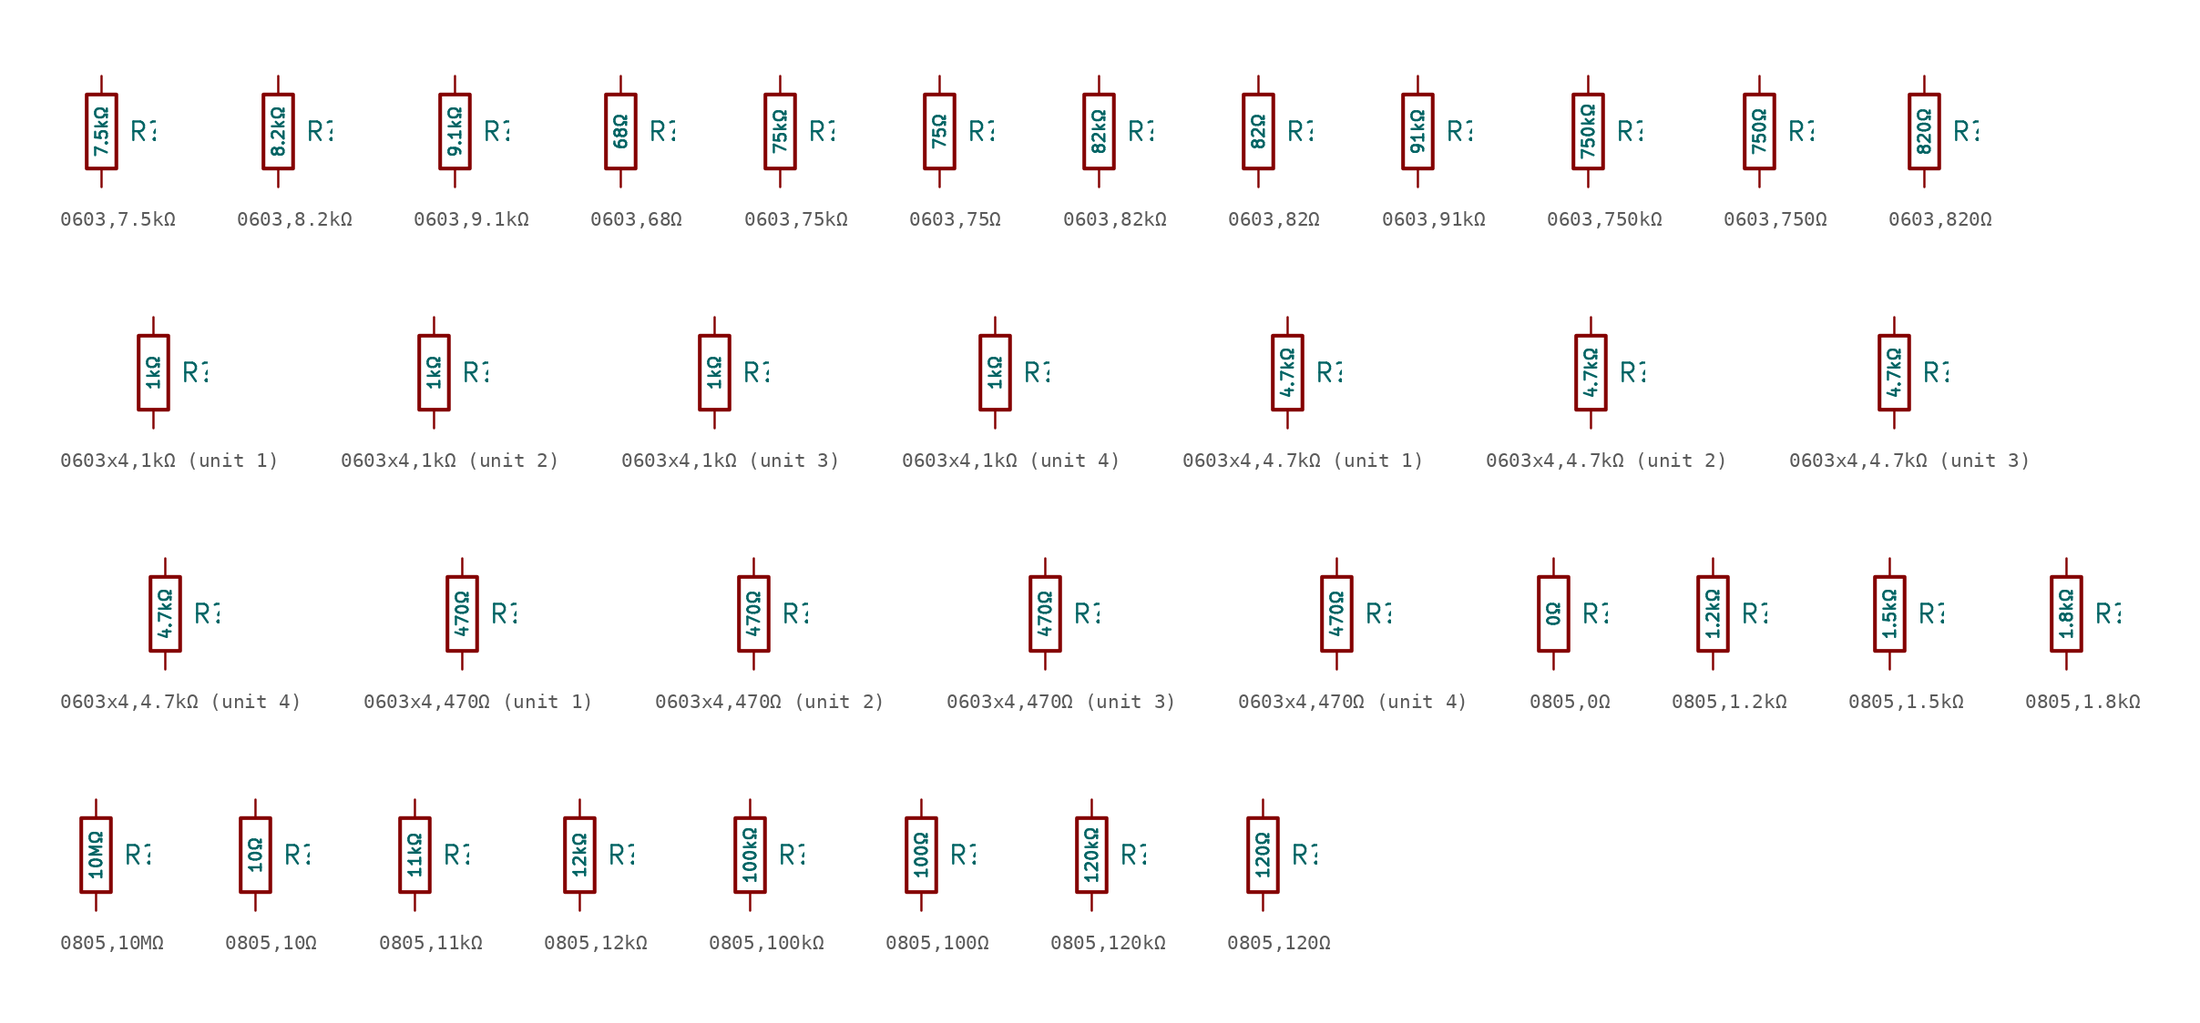
<source format=kicad_sym>
(kicad_symbol_lib
  (version 20231120)
  (generator "CDFER")
  (generator_version "8.0")
  (symbol "0603,7.5kΩ"
    (pin_numbers hide)
    (pin_names
      (offset 0))
    (property "Reference" "R"
      (at 1.778 0 0)
      (effects (font (size 1.27 1.27)) (justify left)))
    (property "Value" "7.5kΩ"
      (at 0 0 90)
      (do_not_autoplace)
      (effects (font (size 0.8 0.8))))
    (symbol "0603,7.5kΩ_0_1"
      (rectangle (start -1.016 2.54) (end 1.016 -2.54) (stroke (width 0.254) (type default)) (fill (type none))))
    (symbol "0603,7.5kΩ_1_1"
      (pin passive line (at 0 3.81 270) (length 1.27) (name "~" (effects (font (size 1.27 1.27)))) (number "1" (effects (font (size 1.27 1.27)))))
      (pin passive line (at 0 -3.81 90) (length 1.27) (name "~" (effects (font (size 1.27 1.27)))) (number "2" (effects (font (size 1.27 1.27)))))))
  (symbol "0603,8.2kΩ"
    (pin_numbers hide)
    (pin_names
      (offset 0))
    (property "Reference" "R"
      (at 1.778 0 0)
      (effects (font (size 1.27 1.27)) (justify left)))
    (property "Value" "8.2kΩ"
      (at 0 0 90)
      (do_not_autoplace)
      (effects (font (size 0.8 0.8))))
    (symbol "0603,8.2kΩ_0_1"
      (rectangle (start -1.016 2.54) (end 1.016 -2.54) (stroke (width 0.254) (type default)) (fill (type none))))
    (symbol "0603,8.2kΩ_1_1"
      (pin passive line (at 0 3.81 270) (length 1.27) (name "~" (effects (font (size 1.27 1.27)))) (number "1" (effects (font (size 1.27 1.27)))))
      (pin passive line (at 0 -3.81 90) (length 1.27) (name "~" (effects (font (size 1.27 1.27)))) (number "2" (effects (font (size 1.27 1.27)))))))
  (symbol "0603,9.1kΩ"
    (pin_numbers hide)
    (pin_names
      (offset 0))
    (property "Reference" "R"
      (at 1.778 0 0)
      (effects (font (size 1.27 1.27)) (justify left)))
    (property "Value" "9.1kΩ"
      (at 0 0 90)
      (do_not_autoplace)
      (effects (font (size 0.8 0.8))))
    (symbol "0603,9.1kΩ_0_1"
      (rectangle (start -1.016 2.54) (end 1.016 -2.54) (stroke (width 0.254) (type default)) (fill (type none))))
    (symbol "0603,9.1kΩ_1_1"
      (pin passive line (at 0 3.81 270) (length 1.27) (name "~" (effects (font (size 1.27 1.27)))) (number "1" (effects (font (size 1.27 1.27)))))
      (pin passive line (at 0 -3.81 90) (length 1.27) (name "~" (effects (font (size 1.27 1.27)))) (number "2" (effects (font (size 1.27 1.27)))))))
  (symbol "0603,68Ω"
    (pin_numbers hide)
    (pin_names
      (offset 0))
    (property "Reference" "R"
      (at 1.778 0 0)
      (effects (font (size 1.27 1.27)) (justify left)))
    (property "Value" "68Ω"
      (at 0 0 90)
      (do_not_autoplace)
      (effects (font (size 0.8 0.8))))
    (symbol "0603,68Ω_0_1"
      (rectangle (start -1.016 2.54) (end 1.016 -2.54) (stroke (width 0.254) (type default)) (fill (type none))))
    (symbol "0603,68Ω_1_1"
      (pin passive line (at 0 3.81 270) (length 1.27) (name "~" (effects (font (size 1.27 1.27)))) (number "1" (effects (font (size 1.27 1.27)))))
      (pin passive line (at 0 -3.81 90) (length 1.27) (name "~" (effects (font (size 1.27 1.27)))) (number "2" (effects (font (size 1.27 1.27)))))))
  (symbol "0603,75kΩ"
    (pin_numbers hide)
    (pin_names
      (offset 0))
    (property "Reference" "R"
      (at 1.778 0 0)
      (effects (font (size 1.27 1.27)) (justify left)))
    (property "Value" "75kΩ"
      (at 0 0 90)
      (do_not_autoplace)
      (effects (font (size 0.8 0.8))))
    (symbol "0603,75kΩ_0_1"
      (rectangle (start -1.016 2.54) (end 1.016 -2.54) (stroke (width 0.254) (type default)) (fill (type none))))
    (symbol "0603,75kΩ_1_1"
      (pin passive line (at 0 3.81 270) (length 1.27) (name "~" (effects (font (size 1.27 1.27)))) (number "1" (effects (font (size 1.27 1.27)))))
      (pin passive line (at 0 -3.81 90) (length 1.27) (name "~" (effects (font (size 1.27 1.27)))) (number "2" (effects (font (size 1.27 1.27)))))))
  (symbol "0603,75Ω"
    (pin_numbers hide)
    (pin_names
      (offset 0))
    (property "Reference" "R"
      (at 1.778 0 0)
      (effects (font (size 1.27 1.27)) (justify left)))
    (property "Value" "75Ω"
      (at 0 0 90)
      (do_not_autoplace)
      (effects (font (size 0.8 0.8))))
    (symbol "0603,75Ω_0_1"
      (rectangle (start -1.016 2.54) (end 1.016 -2.54) (stroke (width 0.254) (type default)) (fill (type none))))
    (symbol "0603,75Ω_1_1"
      (pin passive line (at 0 3.81 270) (length 1.27) (name "~" (effects (font (size 1.27 1.27)))) (number "1" (effects (font (size 1.27 1.27)))))
      (pin passive line (at 0 -3.81 90) (length 1.27) (name "~" (effects (font (size 1.27 1.27)))) (number "2" (effects (font (size 1.27 1.27)))))))
  (symbol "0603,82kΩ"
    (pin_numbers hide)
    (pin_names
      (offset 0))
    (property "Reference" "R"
      (at 1.778 0 0)
      (effects (font (size 1.27 1.27)) (justify left)))
    (property "Value" "82kΩ"
      (at 0 0 90)
      (do_not_autoplace)
      (effects (font (size 0.8 0.8))))
    (symbol "0603,82kΩ_0_1"
      (rectangle (start -1.016 2.54) (end 1.016 -2.54) (stroke (width 0.254) (type default)) (fill (type none))))
    (symbol "0603,82kΩ_1_1"
      (pin passive line (at 0 3.81 270) (length 1.27) (name "~" (effects (font (size 1.27 1.27)))) (number "1" (effects (font (size 1.27 1.27)))))
      (pin passive line (at 0 -3.81 90) (length 1.27) (name "~" (effects (font (size 1.27 1.27)))) (number "2" (effects (font (size 1.27 1.27)))))))
  (symbol "0603,82Ω"
    (pin_numbers hide)
    (pin_names
      (offset 0))
    (property "Reference" "R"
      (at 1.778 0 0)
      (effects (font (size 1.27 1.27)) (justify left)))
    (property "Value" "82Ω"
      (at 0 0 90)
      (do_not_autoplace)
      (effects (font (size 0.8 0.8))))
    (symbol "0603,82Ω_0_1"
      (rectangle (start -1.016 2.54) (end 1.016 -2.54) (stroke (width 0.254) (type default)) (fill (type none))))
    (symbol "0603,82Ω_1_1"
      (pin passive line (at 0 3.81 270) (length 1.27) (name "~" (effects (font (size 1.27 1.27)))) (number "1" (effects (font (size 1.27 1.27)))))
      (pin passive line (at 0 -3.81 90) (length 1.27) (name "~" (effects (font (size 1.27 1.27)))) (number "2" (effects (font (size 1.27 1.27)))))))
  (symbol "0603,91kΩ"
    (pin_numbers hide)
    (pin_names
      (offset 0))
    (property "Reference" "R"
      (at 1.778 0 0)
      (effects (font (size 1.27 1.27)) (justify left)))
    (property "Value" "91kΩ"
      (at 0 0 90)
      (do_not_autoplace)
      (effects (font (size 0.8 0.8))))
    (symbol "0603,91kΩ_0_1"
      (rectangle (start -1.016 2.54) (end 1.016 -2.54) (stroke (width 0.254) (type default)) (fill (type none))))
    (symbol "0603,91kΩ_1_1"
      (pin passive line (at 0 3.81 270) (length 1.27) (name "~" (effects (font (size 1.27 1.27)))) (number "1" (effects (font (size 1.27 1.27)))))
      (pin passive line (at 0 -3.81 90) (length 1.27) (name "~" (effects (font (size 1.27 1.27)))) (number "2" (effects (font (size 1.27 1.27)))))))
  (symbol "0603,750kΩ"
    (pin_numbers hide)
    (pin_names
      (offset 0))
    (property "Reference" "R"
      (at 1.778 0 0)
      (effects (font (size 1.27 1.27)) (justify left)))
    (property "Value" "750kΩ"
      (at 0 0 90)
      (do_not_autoplace)
      (effects (font (size 0.8 0.8))))
    (symbol "0603,750kΩ_0_1"
      (rectangle (start -1.016 2.54) (end 1.016 -2.54) (stroke (width 0.254) (type default)) (fill (type none))))
    (symbol "0603,750kΩ_1_1"
      (pin passive line (at 0 3.81 270) (length 1.27) (name "~" (effects (font (size 1.27 1.27)))) (number "1" (effects (font (size 1.27 1.27)))))
      (pin passive line (at 0 -3.81 90) (length 1.27) (name "~" (effects (font (size 1.27 1.27)))) (number "2" (effects (font (size 1.27 1.27)))))))
  (symbol "0603,750Ω"
    (pin_numbers hide)
    (pin_names
      (offset 0))
    (property "Reference" "R"
      (at 1.778 0 0)
      (effects (font (size 1.27 1.27)) (justify left)))
    (property "Value" "750Ω"
      (at 0 0 90)
      (do_not_autoplace)
      (effects (font (size 0.8 0.8))))
    (symbol "0603,750Ω_0_1"
      (rectangle (start -1.016 2.54) (end 1.016 -2.54) (stroke (width 0.254) (type default)) (fill (type none))))
    (symbol "0603,750Ω_1_1"
      (pin passive line (at 0 3.81 270) (length 1.27) (name "~" (effects (font (size 1.27 1.27)))) (number "1" (effects (font (size 1.27 1.27)))))
      (pin passive line (at 0 -3.81 90) (length 1.27) (name "~" (effects (font (size 1.27 1.27)))) (number "2" (effects (font (size 1.27 1.27)))))))
  (symbol "0603,820Ω"
    (pin_numbers hide)
    (pin_names
      (offset 0))
    (property "Reference" "R"
      (at 1.778 0 0)
      (effects (font (size 1.27 1.27)) (justify left)))
    (property "Value" "820Ω"
      (at 0 0 90)
      (do_not_autoplace)
      (effects (font (size 0.8 0.8))))
    (symbol "0603,820Ω_0_1"
      (rectangle (start -1.016 2.54) (end 1.016 -2.54) (stroke (width 0.254) (type default)) (fill (type none))))
    (symbol "0603,820Ω_1_1"
      (pin passive line (at 0 3.81 270) (length 1.27) (name "~" (effects (font (size 1.27 1.27)))) (number "1" (effects (font (size 1.27 1.27)))))
      (pin passive line (at 0 -3.81 90) (length 1.27) (name "~" (effects (font (size 1.27 1.27)))) (number "2" (effects (font (size 1.27 1.27)))))))
  (symbol "0603x4,1kΩ"
    (pin_numbers hide)
    (pin_names
      (offset 0))
    (property "Reference" "R"
      (at 1.778 0 0)
      (effects (font (size 1.27 1.27)) (justify left)))
    (property "Value" "1kΩ"
      (at 0 0 90)
      (do_not_autoplace)
      (effects (font (size 0.8 0.8))))
    (symbol "0603x4,1kΩ_0_1"
      (rectangle (start -1.016 2.54) (end 1.016 -2.54) (stroke (width 0.254) (type default)) (fill (type none))))
    (symbol "0603x4,1kΩ_1_1"
      (pin passive line (at 0 3.81 270) (length 1.27) (name "~" (effects (font (size 1.27 1.27)))) (number "1" (effects (font (size 1.27 1.27)))))
      (pin passive line (at 0 -3.81 90) (length 1.27) (name "~" (effects (font (size 1.27 1.27)))) (number "8" (effects (font (size 1.27 1.27))))))
    (symbol "0603x4,1kΩ_2_1"
      (pin passive line (at 0 3.81 270) (length 1.27) (name "~" (effects (font (size 1.27 1.27)))) (number "2" (effects (font (size 1.27 1.27)))))
      (pin passive line (at 0 -3.81 90) (length 1.27) (name "~" (effects (font (size 1.27 1.27)))) (number "7" (effects (font (size 1.27 1.27))))))
    (symbol "0603x4,1kΩ_3_1"
      (pin passive line (at 0 3.81 270) (length 1.27) (name "~" (effects (font (size 1.27 1.27)))) (number "3" (effects (font (size 1.27 1.27)))))
      (pin passive line (at 0 -3.81 90) (length 1.27) (name "~" (effects (font (size 1.27 1.27)))) (number "6" (effects (font (size 1.27 1.27))))))
    (symbol "0603x4,1kΩ_4_1"
      (pin passive line (at 0 3.81 270) (length 1.27) (name "~" (effects (font (size 1.27 1.27)))) (number "4" (effects (font (size 1.27 1.27)))))
      (pin passive line (at 0 -3.81 90) (length 1.27) (name "~" (effects (font (size 1.27 1.27)))) (number "5" (effects (font (size 1.27 1.27)))))))
  (symbol "0603x4,4.7kΩ"
    (pin_numbers hide)
    (pin_names
      (offset 0))
    (property "Reference" "R"
      (at 1.778 0 0)
      (effects (font (size 1.27 1.27)) (justify left)))
    (property "Value" "4.7kΩ"
      (at 0 0 90)
      (do_not_autoplace)
      (effects (font (size 0.8 0.8))))
    (symbol "0603x4,4.7kΩ_0_1"
      (rectangle (start -1.016 2.54) (end 1.016 -2.54) (stroke (width 0.254) (type default)) (fill (type none))))
    (symbol "0603x4,4.7kΩ_1_1"
      (pin passive line (at 0 3.81 270) (length 1.27) (name "~" (effects (font (size 1.27 1.27)))) (number "1" (effects (font (size 1.27 1.27)))))
      (pin passive line (at 0 -3.81 90) (length 1.27) (name "~" (effects (font (size 1.27 1.27)))) (number "8" (effects (font (size 1.27 1.27))))))
    (symbol "0603x4,4.7kΩ_2_1"
      (pin passive line (at 0 3.81 270) (length 1.27) (name "~" (effects (font (size 1.27 1.27)))) (number "2" (effects (font (size 1.27 1.27)))))
      (pin passive line (at 0 -3.81 90) (length 1.27) (name "~" (effects (font (size 1.27 1.27)))) (number "7" (effects (font (size 1.27 1.27))))))
    (symbol "0603x4,4.7kΩ_3_1"
      (pin passive line (at 0 3.81 270) (length 1.27) (name "~" (effects (font (size 1.27 1.27)))) (number "3" (effects (font (size 1.27 1.27)))))
      (pin passive line (at 0 -3.81 90) (length 1.27) (name "~" (effects (font (size 1.27 1.27)))) (number "6" (effects (font (size 1.27 1.27))))))
    (symbol "0603x4,4.7kΩ_4_1"
      (pin passive line (at 0 3.81 270) (length 1.27) (name "~" (effects (font (size 1.27 1.27)))) (number "4" (effects (font (size 1.27 1.27)))))
      (pin passive line (at 0 -3.81 90) (length 1.27) (name "~" (effects (font (size 1.27 1.27)))) (number "5" (effects (font (size 1.27 1.27)))))))
  (symbol "0603x4,470Ω"
    (pin_numbers hide)
    (pin_names
      (offset 0))
    (property "Reference" "R"
      (at 1.778 0 0)
      (effects (font (size 1.27 1.27)) (justify left)))
    (property "Value" "470Ω"
      (at 0 0 90)
      (do_not_autoplace)
      (effects (font (size 0.8 0.8))))
    (symbol "0603x4,470Ω_0_1"
      (rectangle (start -1.016 2.54) (end 1.016 -2.54) (stroke (width 0.254) (type default)) (fill (type none))))
    (symbol "0603x4,470Ω_1_1"
      (pin passive line (at 0 3.81 270) (length 1.27) (name "~" (effects (font (size 1.27 1.27)))) (number "1" (effects (font (size 1.27 1.27)))))
      (pin passive line (at 0 -3.81 90) (length 1.27) (name "~" (effects (font (size 1.27 1.27)))) (number "8" (effects (font (size 1.27 1.27))))))
    (symbol "0603x4,470Ω_2_1"
      (pin passive line (at 0 3.81 270) (length 1.27) (name "~" (effects (font (size 1.27 1.27)))) (number "2" (effects (font (size 1.27 1.27)))))
      (pin passive line (at 0 -3.81 90) (length 1.27) (name "~" (effects (font (size 1.27 1.27)))) (number "7" (effects (font (size 1.27 1.27))))))
    (symbol "0603x4,470Ω_3_1"
      (pin passive line (at 0 3.81 270) (length 1.27) (name "~" (effects (font (size 1.27 1.27)))) (number "3" (effects (font (size 1.27 1.27)))))
      (pin passive line (at 0 -3.81 90) (length 1.27) (name "~" (effects (font (size 1.27 1.27)))) (number "6" (effects (font (size 1.27 1.27))))))
    (symbol "0603x4,470Ω_4_1"
      (pin passive line (at 0 3.81 270) (length 1.27) (name "~" (effects (font (size 1.27 1.27)))) (number "4" (effects (font (size 1.27 1.27)))))
      (pin passive line (at 0 -3.81 90) (length 1.27) (name "~" (effects (font (size 1.27 1.27)))) (number "5" (effects (font (size 1.27 1.27)))))))
  (symbol "0805,0Ω"
    (pin_numbers hide)
    (pin_names
      (offset 0))
    (property "Reference" "R"
      (at 1.778 0 0)
      (effects (font (size 1.27 1.27)) (justify left)))
    (property "Value" "0Ω"
      (at 0 0 90)
      (do_not_autoplace)
      (effects (font (size 0.8 0.8))))
    (symbol "0805,0Ω_0_1"
      (rectangle (start -1.016 2.54) (end 1.016 -2.54) (stroke (width 0.254) (type default)) (fill (type none))))
    (symbol "0805,0Ω_1_1"
      (pin passive line (at 0 3.81 270) (length 1.27) (name "~" (effects (font (size 1.27 1.27)))) (number "1" (effects (font (size 1.27 1.27)))))
      (pin passive line (at 0 -3.81 90) (length 1.27) (name "~" (effects (font (size 1.27 1.27)))) (number "2" (effects (font (size 1.27 1.27)))))))
  (symbol "0805,1.2kΩ"
    (pin_numbers hide)
    (pin_names
      (offset 0))
    (property "Reference" "R"
      (at 1.778 0 0)
      (effects (font (size 1.27 1.27)) (justify left)))
    (property "Value" "1.2kΩ"
      (at 0 0 90)
      (do_not_autoplace)
      (effects (font (size 0.8 0.8))))
    (symbol "0805,1.2kΩ_0_1"
      (rectangle (start -1.016 2.54) (end 1.016 -2.54) (stroke (width 0.254) (type default)) (fill (type none))))
    (symbol "0805,1.2kΩ_1_1"
      (pin passive line (at 0 3.81 270) (length 1.27) (name "~" (effects (font (size 1.27 1.27)))) (number "1" (effects (font (size 1.27 1.27)))))
      (pin passive line (at 0 -3.81 90) (length 1.27) (name "~" (effects (font (size 1.27 1.27)))) (number "2" (effects (font (size 1.27 1.27)))))))
  (symbol "0805,1.5kΩ"
    (pin_numbers hide)
    (pin_names
      (offset 0))
    (property "Reference" "R"
      (at 1.778 0 0)
      (effects (font (size 1.27 1.27)) (justify left)))
    (property "Value" "1.5kΩ"
      (at 0 0 90)
      (do_not_autoplace)
      (effects (font (size 0.8 0.8))))
    (symbol "0805,1.5kΩ_0_1"
      (rectangle (start -1.016 2.54) (end 1.016 -2.54) (stroke (width 0.254) (type default)) (fill (type none))))
    (symbol "0805,1.5kΩ_1_1"
      (pin passive line (at 0 3.81 270) (length 1.27) (name "~" (effects (font (size 1.27 1.27)))) (number "1" (effects (font (size 1.27 1.27)))))
      (pin passive line (at 0 -3.81 90) (length 1.27) (name "~" (effects (font (size 1.27 1.27)))) (number "2" (effects (font (size 1.27 1.27)))))))
  (symbol "0805,1.8kΩ"
    (pin_numbers hide)
    (pin_names
      (offset 0))
    (property "Reference" "R"
      (at 1.778 0 0)
      (effects (font (size 1.27 1.27)) (justify left)))
    (property "Value" "1.8kΩ"
      (at 0 0 90)
      (do_not_autoplace)
      (effects (font (size 0.8 0.8))))
    (symbol "0805,1.8kΩ_0_1"
      (rectangle (start -1.016 2.54) (end 1.016 -2.54) (stroke (width 0.254) (type default)) (fill (type none))))
    (symbol "0805,1.8kΩ_1_1"
      (pin passive line (at 0 3.81 270) (length 1.27) (name "~" (effects (font (size 1.27 1.27)))) (number "1" (effects (font (size 1.27 1.27)))))
      (pin passive line (at 0 -3.81 90) (length 1.27) (name "~" (effects (font (size 1.27 1.27)))) (number "2" (effects (font (size 1.27 1.27)))))))
  (symbol "0805,10MΩ"
    (pin_numbers hide)
    (pin_names
      (offset 0))
    (property "Reference" "R"
      (at 1.778 0 0)
      (effects (font (size 1.27 1.27)) (justify left)))
    (property "Value" "10MΩ"
      (at 0 0 90)
      (do_not_autoplace)
      (effects (font (size 0.8 0.8))))
    (symbol "0805,10MΩ_0_1"
      (rectangle (start -1.016 2.54) (end 1.016 -2.54) (stroke (width 0.254) (type default)) (fill (type none))))
    (symbol "0805,10MΩ_1_1"
      (pin passive line (at 0 3.81 270) (length 1.27) (name "~" (effects (font (size 1.27 1.27)))) (number "1" (effects (font (size 1.27 1.27)))))
      (pin passive line (at 0 -3.81 90) (length 1.27) (name "~" (effects (font (size 1.27 1.27)))) (number "2" (effects (font (size 1.27 1.27)))))))
  (symbol "0805,10Ω"
    (pin_numbers hide)
    (pin_names
      (offset 0))
    (property "Reference" "R"
      (at 1.778 0 0)
      (effects (font (size 1.27 1.27)) (justify left)))
    (property "Value" "10Ω"
      (at 0 0 90)
      (do_not_autoplace)
      (effects (font (size 0.8 0.8))))
    (symbol "0805,10Ω_0_1"
      (rectangle (start -1.016 2.54) (end 1.016 -2.54) (stroke (width 0.254) (type default)) (fill (type none))))
    (symbol "0805,10Ω_1_1"
      (pin passive line (at 0 3.81 270) (length 1.27) (name "~" (effects (font (size 1.27 1.27)))) (number "1" (effects (font (size 1.27 1.27)))))
      (pin passive line (at 0 -3.81 90) (length 1.27) (name "~" (effects (font (size 1.27 1.27)))) (number "2" (effects (font (size 1.27 1.27)))))))
  (symbol "0805,11kΩ"
    (pin_numbers hide)
    (pin_names
      (offset 0))
    (property "Reference" "R"
      (at 1.778 0 0)
      (effects (font (size 1.27 1.27)) (justify left)))
    (property "Value" "11kΩ"
      (at 0 0 90)
      (do_not_autoplace)
      (effects (font (size 0.8 0.8))))
    (symbol "0805,11kΩ_0_1"
      (rectangle (start -1.016 2.54) (end 1.016 -2.54) (stroke (width 0.254) (type default)) (fill (type none))))
    (symbol "0805,11kΩ_1_1"
      (pin passive line (at 0 3.81 270) (length 1.27) (name "~" (effects (font (size 1.27 1.27)))) (number "1" (effects (font (size 1.27 1.27)))))
      (pin passive line (at 0 -3.81 90) (length 1.27) (name "~" (effects (font (size 1.27 1.27)))) (number "2" (effects (font (size 1.27 1.27)))))))
  (symbol "0805,12kΩ"
    (pin_numbers hide)
    (pin_names
      (offset 0))
    (property "Reference" "R"
      (at 1.778 0 0)
      (effects (font (size 1.27 1.27)) (justify left)))
    (property "Value" "12kΩ"
      (at 0 0 90)
      (do_not_autoplace)
      (effects (font (size 0.8 0.8))))
    (symbol "0805,12kΩ_0_1"
      (rectangle (start -1.016 2.54) (end 1.016 -2.54) (stroke (width 0.254) (type default)) (fill (type none))))
    (symbol "0805,12kΩ_1_1"
      (pin passive line (at 0 3.81 270) (length 1.27) (name "~" (effects (font (size 1.27 1.27)))) (number "1" (effects (font (size 1.27 1.27)))))
      (pin passive line (at 0 -3.81 90) (length 1.27) (name "~" (effects (font (size 1.27 1.27)))) (number "2" (effects (font (size 1.27 1.27)))))))
  (symbol "0805,100kΩ"
    (pin_numbers hide)
    (pin_names
      (offset 0))
    (property "Reference" "R"
      (at 1.778 0 0)
      (effects (font (size 1.27 1.27)) (justify left)))
    (property "Value" "100kΩ"
      (at 0 0 90)
      (do_not_autoplace)
      (effects (font (size 0.8 0.8))))
    (symbol "0805,100kΩ_0_1"
      (rectangle (start -1.016 2.54) (end 1.016 -2.54) (stroke (width 0.254) (type default)) (fill (type none))))
    (symbol "0805,100kΩ_1_1"
      (pin passive line (at 0 3.81 270) (length 1.27) (name "~" (effects (font (size 1.27 1.27)))) (number "1" (effects (font (size 1.27 1.27)))))
      (pin passive line (at 0 -3.81 90) (length 1.27) (name "~" (effects (font (size 1.27 1.27)))) (number "2" (effects (font (size 1.27 1.27)))))))
  (symbol "0805,100Ω"
    (pin_numbers hide)
    (pin_names
      (offset 0))
    (property "Reference" "R"
      (at 1.778 0 0)
      (effects (font (size 1.27 1.27)) (justify left)))
    (property "Value" "100Ω"
      (at 0 0 90)
      (do_not_autoplace)
      (effects (font (size 0.8 0.8))))
    (symbol "0805,100Ω_0_1"
      (rectangle (start -1.016 2.54) (end 1.016 -2.54) (stroke (width 0.254) (type default)) (fill (type none))))
    (symbol "0805,100Ω_1_1"
      (pin passive line (at 0 3.81 270) (length 1.27) (name "~" (effects (font (size 1.27 1.27)))) (number "1" (effects (font (size 1.27 1.27)))))
      (pin passive line (at 0 -3.81 90) (length 1.27) (name "~" (effects (font (size 1.27 1.27)))) (number "2" (effects (font (size 1.27 1.27)))))))
  (symbol "0805,120kΩ"
    (pin_numbers hide)
    (pin_names
      (offset 0))
    (property "Reference" "R"
      (at 1.778 0 0)
      (effects (font (size 1.27 1.27)) (justify left)))
    (property "Value" "120kΩ"
      (at 0 0 90)
      (do_not_autoplace)
      (effects (font (size 0.8 0.8))))
    (symbol "0805,120kΩ_0_1"
      (rectangle (start -1.016 2.54) (end 1.016 -2.54) (stroke (width 0.254) (type default)) (fill (type none))))
    (symbol "0805,120kΩ_1_1"
      (pin passive line (at 0 3.81 270) (length 1.27) (name "~" (effects (font (size 1.27 1.27)))) (number "1" (effects (font (size 1.27 1.27)))))
      (pin passive line (at 0 -3.81 90) (length 1.27) (name "~" (effects (font (size 1.27 1.27)))) (number "2" (effects (font (size 1.27 1.27)))))))
  (symbol "0805,120Ω"
    (pin_numbers hide)
    (pin_names
      (offset 0))
    (property "Reference" "R"
      (at 1.778 0 0)
      (effects (font (size 1.27 1.27)) (justify left)))
    (property "Value" "120Ω"
      (at 0 0 90)
      (do_not_autoplace)
      (effects (font (size 0.8 0.8))))
    (symbol "0805,120Ω_0_1"
      (rectangle (start -1.016 2.54) (end 1.016 -2.54) (stroke (width 0.254) (type default)) (fill (type none))))
    (symbol "0805,120Ω_1_1"
      (pin passive line (at 0 3.81 270) (length 1.27) (name "~" (effects (font (size 1.27 1.27)))) (number "1" (effects (font (size 1.27 1.27)))))
      (pin passive line (at 0 -3.81 90) (length 1.27) (name "~" (effects (font (size 1.27 1.27)))) (number "2" (effects (font (size 1.27 1.27))))))))
</source>
